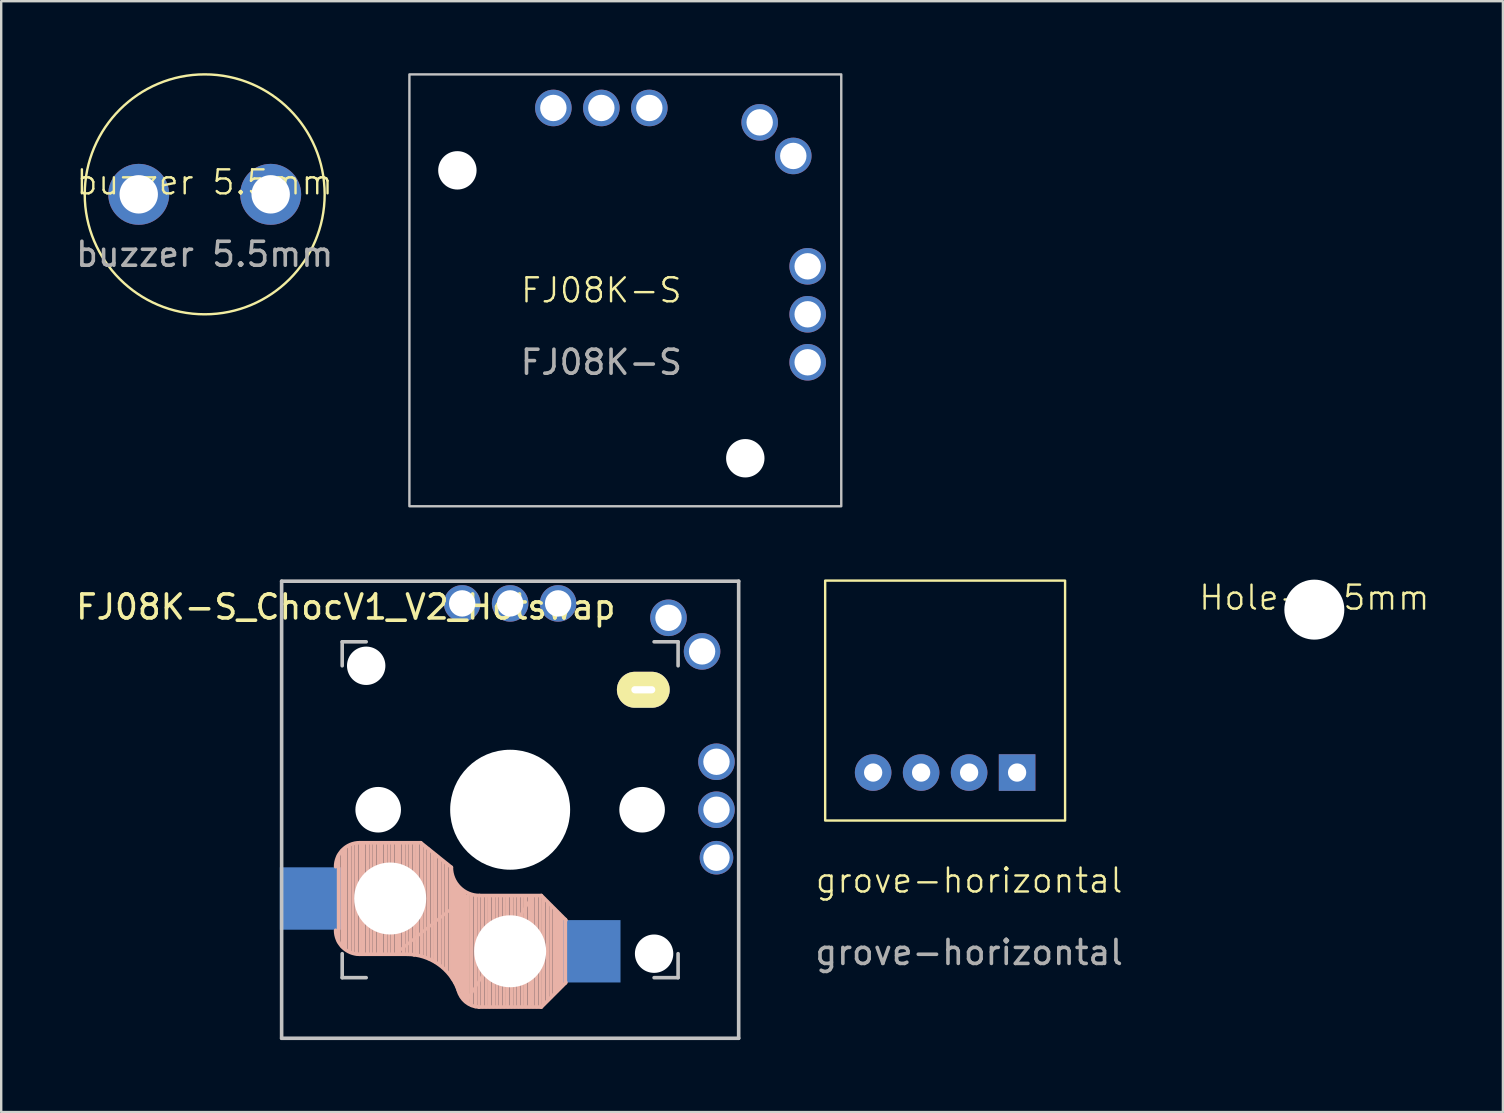
<source format=kicad_pcb>
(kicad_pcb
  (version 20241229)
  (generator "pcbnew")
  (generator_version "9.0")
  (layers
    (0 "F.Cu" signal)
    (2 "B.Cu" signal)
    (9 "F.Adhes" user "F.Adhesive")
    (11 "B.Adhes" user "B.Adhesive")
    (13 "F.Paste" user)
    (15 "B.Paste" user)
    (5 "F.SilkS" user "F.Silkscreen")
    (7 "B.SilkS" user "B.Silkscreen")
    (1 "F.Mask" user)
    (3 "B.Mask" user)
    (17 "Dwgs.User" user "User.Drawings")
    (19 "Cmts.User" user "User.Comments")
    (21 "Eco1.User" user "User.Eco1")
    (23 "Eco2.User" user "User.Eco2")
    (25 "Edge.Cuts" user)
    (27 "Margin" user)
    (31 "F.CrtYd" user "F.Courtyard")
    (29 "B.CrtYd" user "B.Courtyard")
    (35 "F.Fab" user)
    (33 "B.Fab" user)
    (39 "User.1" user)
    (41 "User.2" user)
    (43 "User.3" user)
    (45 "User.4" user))
  (footprint "FJ08K-S"
    (layer "F.Cu")
    (at 22.014 10.05)
    (property "Reference" "FJ08K-S" (at 0 -1 0) (unlocked yes) (layer "F.SilkS") (effects (font (size 1 1) (thickness 0.1))))
    (attr through_hole)
    (fp_rect (start -8 -10) (end 10 8) (stroke (width 0.1) (type default)) (fill no) (layer "Dwgs.User"))
    (fp_text user "${REFERENCE}" (at 0 2 0) (unlocked yes) (layer "F.Fab") (effects (font (size 1 1) (thickness 0.15))))
    (pad "" np_thru_hole circle (at -6 -6) (size 1.6 1.6) (drill 1.6) (layers "*.Cu" "*.Mask"))
    (pad "" np_thru_hole circle (at 6 6) (size 1.6 1.6) (drill 1.6) (layers "*.Cu" "*.Mask"))
    (pad "1" thru_hole circle (at 2 -8.6) (size 1.524 1.524) (drill 1.1) (layers "*.Cu" "*.Mask"))
    (pad "2" thru_hole circle (at 0 -8.6) (size 1.524 1.524) (drill 1.1) (layers "*.Cu" "*.Mask"))
    (pad "3" thru_hole circle (at -2 -8.6) (size 1.524 1.524) (drill 1.1) (layers "*.Cu" "*.Mask"))
    (pad "4" thru_hole circle (at 8.6 2) (size 1.524 1.524) (drill 1.1) (layers "*.Cu" "*.Mask"))
    (pad "5" thru_hole circle (at 8.6 0) (size 1.524 1.524) (drill 1.1) (layers "*.Cu" "*.Mask"))
    (pad "6" thru_hole circle (at 8.6 -2) (size 1.524 1.524) (drill 1.1) (layers "*.Cu" "*.Mask"))
    (pad "7" thru_hole circle (at 6.6 -8) (size 1.524 1.524) (drill 1.1) (layers "*.Cu" "*.Mask"))
    (pad "8" thru_hole circle (at 8 -6.6) (size 1.524 1.524) (drill 1.1) (layers "*.Cu" "*.Mask")))
  (footprint "Hole-2.5mm"
    (layer "F.Cu")
    (at 51.732 22.36)
    (property "Reference" "Hole-2.5mm" (at 0 -0.5 0) (unlocked yes) (layer "F.SilkS") (effects (font (size 1 1) (thickness 0.1))))
    (attr smd)
    (pad "" np_thru_hole circle (at 0 0) (size 2.5 2.5) (drill 2.5) (layers "*.Cu" "*.Mask")))
  (footprint "buzzer 5.5mm"
    (layer "F.Cu")
    (at 5.482 5.05)
    (property "Reference" "buzzer 5.5mm" (at 0 -0.5 0) (unlocked yes) (layer "F.SilkS") (effects (font (size 1 1) (thickness 0.1))))
    (attr through_hole)
    (fp_circle (center 0 0) (end 5 0) (stroke (width 0.1) (type default)) (fill no) (layer "F.SilkS"))
    (fp_text user "${REFERENCE}" (at 0 2.5 0) (unlocked yes) (layer "F.Fab") (effects (font (size 1 1) (thickness 0.15))))
    (pad "1" thru_hole circle (at -2.75 0) (size 2.54 2.54) (drill 1.6) (layers "*.Cu" "*.Mask"))
    (pad "2" thru_hole circle (at 2.75 0) (size 2.54 2.54) (drill 1.6) (layers "*.Cu" "*.Mask")))
  (footprint "grove-horizontal"
    (layer "F.Cu")
    (at 37.343 34.15)
    (property "Reference" "grove-horizontal" (at 0 -0.5 0) (unlocked yes) (layer "F.SilkS") (effects (font (size 1 1) (thickness 0.1))))
    (attr through_hole)
    (fp_rect (start -6 -3) (end 4 -13) (stroke (width 0.1) (type default)) (fill no) (layer "F.SilkS"))
    (fp_text user "${REFERENCE}" (at 0 2.5 0) (unlocked yes) (layer "F.Fab") (effects (font (size 1 1) (thickness 0.15))))
    (pad "1" thru_hole rect (at 2 -5) (size 1.524 1.524) (drill 0.762) (layers "*.Cu" "*.Mask"))
    (pad "2" thru_hole circle (at 0 -5) (size 1.524 1.524) (drill 0.762) (layers "*.Cu" "*.Mask"))
    (pad "3" thru_hole circle (at -2 -5) (size 1.524 1.524) (drill 0.762) (layers "*.Cu" "*.Mask"))
    (pad "4" thru_hole circle (at -4 -5) (size 1.524 1.524) (drill 0.762) (layers "*.Cu" "*.Mask")))
  (footprint "FJ08K-S_ChocV1_V2_Hotswap"
    (layer "F.Cu")
    (at 18.213 30.7)
    (property "Reference" "FJ08K-S_ChocV1_V2_Hotswap" (at -6.85 -8.45 0) (layer "F.SilkS") (effects (font (size 1 1) (thickness 0.15))))
    (attr through_hole)
    (fp_line (start -7.15 5.5) (end -7.15 1.9) (stroke (width 0.15) (type solid)) (layer "B.SilkS"))
    (fp_line (start -7 5.7) (end -7 1.7) (stroke (width 0.15) (type solid)) (layer "B.SilkS"))
    (fp_line (start -6.85 5.8) (end -6.85 1.6) (stroke (width 0.15) (type solid)) (layer "B.SilkS"))
    (fp_line (start -6.7 5.9) (end -6.7 1.5) (stroke (width 0.15) (type solid)) (layer "B.SilkS"))
    (fp_line (start -6.55 5.95) (end -6.55 1.45) (stroke (width 0.15) (type solid)) (layer "B.SilkS"))
    (fp_line (start -6.4 6) (end -6.4 1.45) (stroke (width 0.15) (type solid)) (layer "B.SilkS"))
    (fp_line (start -6.25 6) (end -6.25 1.4) (stroke (width 0.15) (type solid)) (layer "B.SilkS"))
    (fp_line (start -6.1 6) (end -6.1 1.4) (stroke (width 0.15) (type solid)) (layer "B.SilkS"))
    (fp_line (start -5.95 6) (end -5.95 1.4) (stroke (width 0.15) (type solid)) (layer "B.SilkS"))
    (fp_line (start -5.8 6) (end -5.8 1.4) (stroke (width 0.15) (type solid)) (layer "B.SilkS"))
    (fp_line (start -5.65 6) (end -5.65 1.4) (stroke (width 0.15) (type solid)) (layer "B.SilkS"))
    (fp_line (start -5.5 6) (end -5.5 1.4) (stroke (width 0.15) (type solid)) (layer "B.SilkS"))
    (fp_line (start -5.35 6) (end -5.35 1.4) (stroke (width 0.15) (type solid)) (layer "B.SilkS"))
    (fp_line (start -5.2 6) (end -5.2 1.4) (stroke (width 0.15) (type solid)) (layer "B.SilkS"))
    (fp_line (start -5.05 6) (end -5.05 1.4) (stroke (width 0.15) (type solid)) (layer "B.SilkS"))
    (fp_line (start -4.9 6) (end -4.9 1.4) (stroke (width 0.15) (type solid)) (layer "B.SilkS"))
    (fp_line (start -4.75 6) (end -4.75 1.4) (stroke (width 0.15) (type solid)) (layer "B.SilkS"))
    (fp_line (start -4.65 5.9) (end -4.65 1.4) (stroke (width 0.12) (type solid)) (layer "B.SilkS"))
    (fp_line (start -4.6 6) (end -4.6 1.4) (stroke (width 0.15) (type solid)) (layer "B.SilkS"))
    (fp_line (start -4.45 6) (end -4.45 1.4) (stroke (width 0.15) (type solid)) (layer "B.SilkS"))
    (fp_line (start -4.3 6) (end -4.3 1.4) (stroke (width 0.15) (type solid)) (layer "B.SilkS"))
    (fp_line (start -4.3 6.025) (end -6.275 6.025) (stroke (width 0.15) (type solid)) (layer "B.SilkS"))
    (fp_line (start -4.15 6) (end -4.15 1.45) (stroke (width 0.15) (type solid)) (layer "B.SilkS"))
    (fp_line (start -4 6.05) (end -4 1.4) (stroke (width 0.15) (type solid)) (layer "B.SilkS"))
    (fp_line (start -3.85 6.05) (end -3.85 1.4) (stroke (width 0.15) (type solid)) (layer "B.SilkS"))
    (fp_line (start -3.725 1.375) (end -6.275 1.375) (stroke (width 0.15) (type solid)) (layer "B.SilkS"))
    (fp_line (start -3.725 1.375) (end -2.45 2.4) (stroke (width 0.15) (type solid)) (layer "B.SilkS"))
    (fp_line (start -3.7 6.05) (end -3.7 1.45) (stroke (width 0.15) (type solid)) (layer "B.SilkS"))
    (fp_line (start -3.55 6.1) (end -3.55 1.55) (stroke (width 0.15) (type solid)) (layer "B.SilkS"))
    (fp_line (start -3.4 6.2) (end -3.4 1.65) (stroke (width 0.15) (type solid)) (layer "B.SilkS"))
    (fp_line (start -3.25 6.25) (end -3.25 1.8) (stroke (width 0.15) (type solid)) (layer "B.SilkS"))
    (fp_line (start -3.1 6.35) (end -3.1 1.9) (stroke (width 0.15) (type solid)) (layer "B.SilkS"))
    (fp_line (start -2.95 6.45) (end -2.95 2.05) (stroke (width 0.15) (type solid)) (layer "B.SilkS"))
    (fp_line (start -2.8 6.55) (end -2.8 2.15) (stroke (width 0.15) (type solid)) (layer "B.SilkS"))
    (fp_line (start -2.65 6.7) (end -2.65 2.25) (stroke (width 0.15) (type solid)) (layer "B.SilkS"))
    (fp_line (start -2.5 6.85) (end -2.5 2.4) (stroke (width 0.15) (type solid)) (layer "B.SilkS"))
    (fp_line (start -2.4 7.05) (end -2.4 2.9) (stroke (width 0.15) (type solid)) (layer "B.SilkS"))
    (fp_line (start -2.3 7.2) (end -2.3 3.05) (stroke (width 0.15) (type solid)) (layer "B.SilkS"))
    (fp_line (start -2.2 7.4) (end -2.2 3.25) (stroke (width 0.15) (type solid)) (layer "B.SilkS"))
    (fp_line (start -2.1 7.55) (end -2.1 3.35) (stroke (width 0.15) (type solid)) (layer "B.SilkS"))
    (fp_line (start -2 7.8) (end -2 3.4) (stroke (width 0.15) (type solid)) (layer "B.SilkS"))
    (fp_line (start -1.9 7.95) (end -1.9 3.45) (stroke (width 0.15) (type solid)) (layer "B.SilkS"))
    (fp_line (start -1.8 3.6) (end -4.65 5.9) (stroke (width 0.12) (type solid)) (layer "B.SilkS"))
    (fp_line (start -1.8 7.95) (end -1.8 3.6) (stroke (width 0.12) (type solid)) (layer "B.SilkS"))
    (fp_line (start -1.75 8.05) (end -1.75 3.5) (stroke (width 0.15) (type solid)) (layer "B.SilkS"))
    (fp_line (start -1.6 8.15) (end -1.6 3.6) (stroke (width 0.15) (type solid)) (layer "B.SilkS"))
    (fp_line (start -1.45 8.2) (end -1.45 3.6) (stroke (width 0.15) (type solid)) (layer "B.SilkS"))
    (fp_line (start -1.3 8.2) (end -1.3 3.6) (stroke (width 0.15) (type solid)) (layer "B.SilkS"))
    (fp_line (start -1.15 8.2) (end -1.15 3.65) (stroke (width 0.15) (type solid)) (layer "B.SilkS"))
    (fp_line (start -1 8.2) (end -1 3.6) (stroke (width 0.15) (type solid)) (layer "B.SilkS"))
    (fp_line (start -0.85 8.2) (end -0.85 3.6) (stroke (width 0.15) (type solid)) (layer "B.SilkS"))
    (fp_line (start -0.7 8.2) (end -0.7 3.6) (stroke (width 0.15) (type solid)) (layer "B.SilkS"))
    (fp_line (start -0.55 8.2) (end -0.55 3.6) (stroke (width 0.15) (type solid)) (layer "B.SilkS"))
    (fp_line (start -0.4 8.2) (end -0.4 3.6) (stroke (width 0.15) (type solid)) (layer "B.SilkS"))
    (fp_line (start -0.25 8.2) (end -0.25 3.6) (stroke (width 0.15) (type solid)) (layer "B.SilkS"))
    (fp_line (start -0.1 8.2) (end -0.1 3.6) (stroke (width 0.15) (type solid)) (layer "B.SilkS"))
    (fp_line (start 0.05 8.2) (end 0.05 3.6) (stroke (width 0.15) (type solid)) (layer "B.SilkS"))
    (fp_line (start 0.2 8.2) (end 0.2 3.6) (stroke (width 0.15) (type solid)) (layer "B.SilkS"))
    (fp_line (start 0.35 8.2) (end 0.35 3.6) (stroke (width 0.15) (type solid)) (layer "B.SilkS"))
    (fp_line (start 0.5 8.2) (end 0.5 3.6) (stroke (width 0.15) (type solid)) (layer "B.SilkS"))
    (fp_line (start 0.65 8.2) (end 0.65 3.6) (stroke (width 0.15) (type solid)) (layer "B.SilkS"))
    (fp_line (start 0.8 8.2) (end 0.8 3.6) (stroke (width 0.15) (type solid)) (layer "B.SilkS"))
    (fp_line (start 0.9 3.65) (end -1.8 7.95) (stroke (width 0.12) (type solid)) (layer "B.SilkS"))
    (fp_line (start 0.9 8.1) (end 0.9 3.65) (stroke (width 0.12) (type solid)) (layer "B.SilkS"))
    (fp_line (start 0.95 8.2) (end 0.95 3.6) (stroke (width 0.15) (type solid)) (layer "B.SilkS"))
    (fp_line (start 1.1 8.2) (end 1.1 3.6) (stroke (width 0.15) (type solid)) (layer "B.SilkS"))
    (fp_line (start 1.25 8.2) (end 1.25 3.6) (stroke (width 0.15) (type solid)) (layer "B.SilkS"))
    (fp_line (start 1.3 3.575) (end -1.275 3.575) (stroke (width 0.15) (type solid)) (layer "B.SilkS"))
    (fp_line (start 1.3 3.575) (end 2.325 4.6) (stroke (width 0.15) (type solid)) (layer "B.SilkS"))
    (fp_line (start 1.3 8.225) (end -1.3 8.225) (stroke (width 0.15) (type solid)) (layer "B.SilkS"))
    (fp_line (start 1.3 8.225) (end 2.325 7.2) (stroke (width 0.15) (type solid)) (layer "B.SilkS"))
    (fp_line (start 1.4 8.1) (end 1.4 3.7) (stroke (width 0.15) (type solid)) (layer "B.SilkS"))
    (fp_line (start 1.55 7.95) (end 1.55 3.85) (stroke (width 0.15) (type solid)) (layer "B.SilkS"))
    (fp_line (start 1.7 7.8) (end 1.7 4) (stroke (width 0.15) (type solid)) (layer "B.SilkS"))
    (fp_line (start 1.85 7.65) (end 1.85 4.15) (stroke (width 0.15) (type solid)) (layer "B.SilkS"))
    (fp_line (start 1.95 7.55) (end 1.95 4.25) (stroke (width 0.15) (type solid)) (layer "B.SilkS"))
    (fp_line (start 2.05 7.45) (end 2.05 4.35) (stroke (width 0.15) (type solid)) (layer "B.SilkS"))
    (fp_line (start 2.15 7.35) (end 2.15 4.45) (stroke (width 0.15) (type solid)) (layer "B.SilkS"))
    (fp_line (start 2.3 4.575) (end 2.3 7.225) (stroke (width 0.15) (type solid)) (layer "B.SilkS"))
    (fp_arc (start -7.275 2.375) (mid -6.982107 1.667893) (end -6.275 1.375) (stroke (width 0.15) (type solid)) (layer "B.SilkS"))
    (fp_arc (start -6.275 6.025) (mid -6.982107 5.732107) (end -7.275 5.025) (stroke (width 0.15) (type solid)) (layer "B.SilkS"))
    (fp_arc (start -4.3 6.025) (mid -2.995114 6.436429) (end -2.162199 7.521904) (stroke (width 0.15) (type solid)) (layer "B.SilkS"))
    (fp_arc (start -1.300995 8.223791) (mid -1.848284 8.016021) (end -2.162199 7.521904) (stroke (width 0.15) (type solid)) (layer "B.SilkS"))
    (fp_arc (start -1.275 3.575) (mid -2.10585 3.23085) (end -2.45 2.4) (stroke (width 0.15) (type solid)) (layer "B.SilkS"))
    (fp_line (start -9.525 -9.525) (end 9.525 -9.525) (stroke (width 0.15) (type solid)) (layer "Dwgs.User"))
    (fp_line (start -9.525 9.525) (end -9.525 -9.525) (stroke (width 0.15) (type solid)) (layer "Dwgs.User"))
    (fp_line (start -7 -7) (end -6 -7) (stroke (width 0.15) (type solid)) (layer "Dwgs.User"))
    (fp_line (start -7 -6) (end -7 -7) (stroke (width 0.15) (type solid)) (layer "Dwgs.User"))
    (fp_line (start -7 7) (end -7 6) (stroke (width 0.15) (type solid)) (layer "Dwgs.User"))
    (fp_line (start -6 7) (end -7 7) (stroke (width 0.15) (type solid)) (layer "Dwgs.User"))
    (fp_line (start 6 7) (end 7 7) (stroke (width 0.15) (type solid)) (layer "Dwgs.User"))
    (fp_line (start 7 -7) (end 6 -7) (stroke (width 0.15) (type solid)) (layer "Dwgs.User"))
    (fp_line (start 7 -6) (end 7 -7) (stroke (width 0.15) (type solid)) (layer "Dwgs.User"))
    (fp_line (start 7 7) (end 7 6) (stroke (width 0.15) (type solid)) (layer "Dwgs.User"))
    (fp_line (start 9.525 -9.525) (end 9.525 9.525) (stroke (width 0.15) (type solid)) (layer "Dwgs.User"))
    (fp_line (start 9.525 9.525) (end -9.525 9.525) (stroke (width 0.15) (type solid)) (layer "Dwgs.User"))
    (pad "" np_thru_hole circle (at -6 -6) (size 1.6 1.6) (drill 1.6) (layers "*.Cu" "*.Mask"))
    (pad "" np_thru_hole circle (at -5.5 0 90) (size 1.9 1.9) (drill 1.9) (layers "*.Cu" "*.Mask"))
    (pad "" np_thru_hole circle (at -5 3.7 90) (size 3 3) (drill 3) (layers "*.Cu" "*.Mask"))
    (pad "" np_thru_hole circle (at 0 0 90) (size 5 5) (drill 5) (layers "*.Cu" "*.Mask"))
    (pad "" np_thru_hole circle (at 0 5.9 90) (size 3 3) (drill 3) (layers "*.Cu" "*.Mask"))
    (pad "" np_thru_hole circle (at 5.5 0 90) (size 1.9 1.9) (drill 1.9) (layers "*.Cu" "*.Mask"))
    (pad "" thru_hole oval (at 5.55 -5 180) (size 2.2 1.5) (drill oval 1 0.3) (layers "*.Cu" "B.Mask" "F.SilkS"))
    (pad "" np_thru_hole circle (at 6 6) (size 1.6 1.6) (drill 1.6) (layers "*.Cu" "*.Mask"))
    (pad "1" thru_hole circle (at 2 -8.6) (size 1.524 1.524) (drill 1.1) (layers "*.Cu" "*.Mask"))
    (pad "2" thru_hole circle (at 0 -8.6) (size 1.524 1.524) (drill 1.1) (layers "*.Cu" "*.Mask"))
    (pad "3" thru_hole circle (at -2 -8.6) (size 1.524 1.524) (drill 1.1) (layers "*.Cu" "*.Mask"))
    (pad "4" thru_hole circle (at 8.6 2) (size 1.4 1.4) (drill 1.1) (layers "*.Cu" "*.Mask"))
    (pad "5" thru_hole circle (at 8.6 0) (size 1.524 1.524) (drill 1.1) (layers "*.Cu" "*.Mask"))
    (pad "6" thru_hole circle (at 8.6 -2) (size 1.524 1.524) (drill 1.1) (layers "*.Cu" "*.Mask"))
    (pad "7" smd rect (at -8.3 3.7 180) (size 2.6 2.6) (layers "B.Cu" "B.Mask" "B.Paste"))
    (pad "7" thru_hole circle (at 6.6 -8) (size 1.524 1.524) (drill 1.1) (layers "*.Cu" "*.Mask"))
    (pad "8" smd rect (at 3.3 5.9 180) (size 2.6 2.6) (layers "B.Cu" "B.Mask" "B.Paste"))
    (pad "8" thru_hole circle (at 8 -6.6) (size 1.524 1.524) (drill 1.1) (layers "*.Cu" "*.Mask")))
  (gr_rect
    (start -3 -3)
    (end 59.592 43.3)
    (stroke (width 0.1) (type default))
    (fill no)
    (layer "Edge.Cuts")))
</source>
